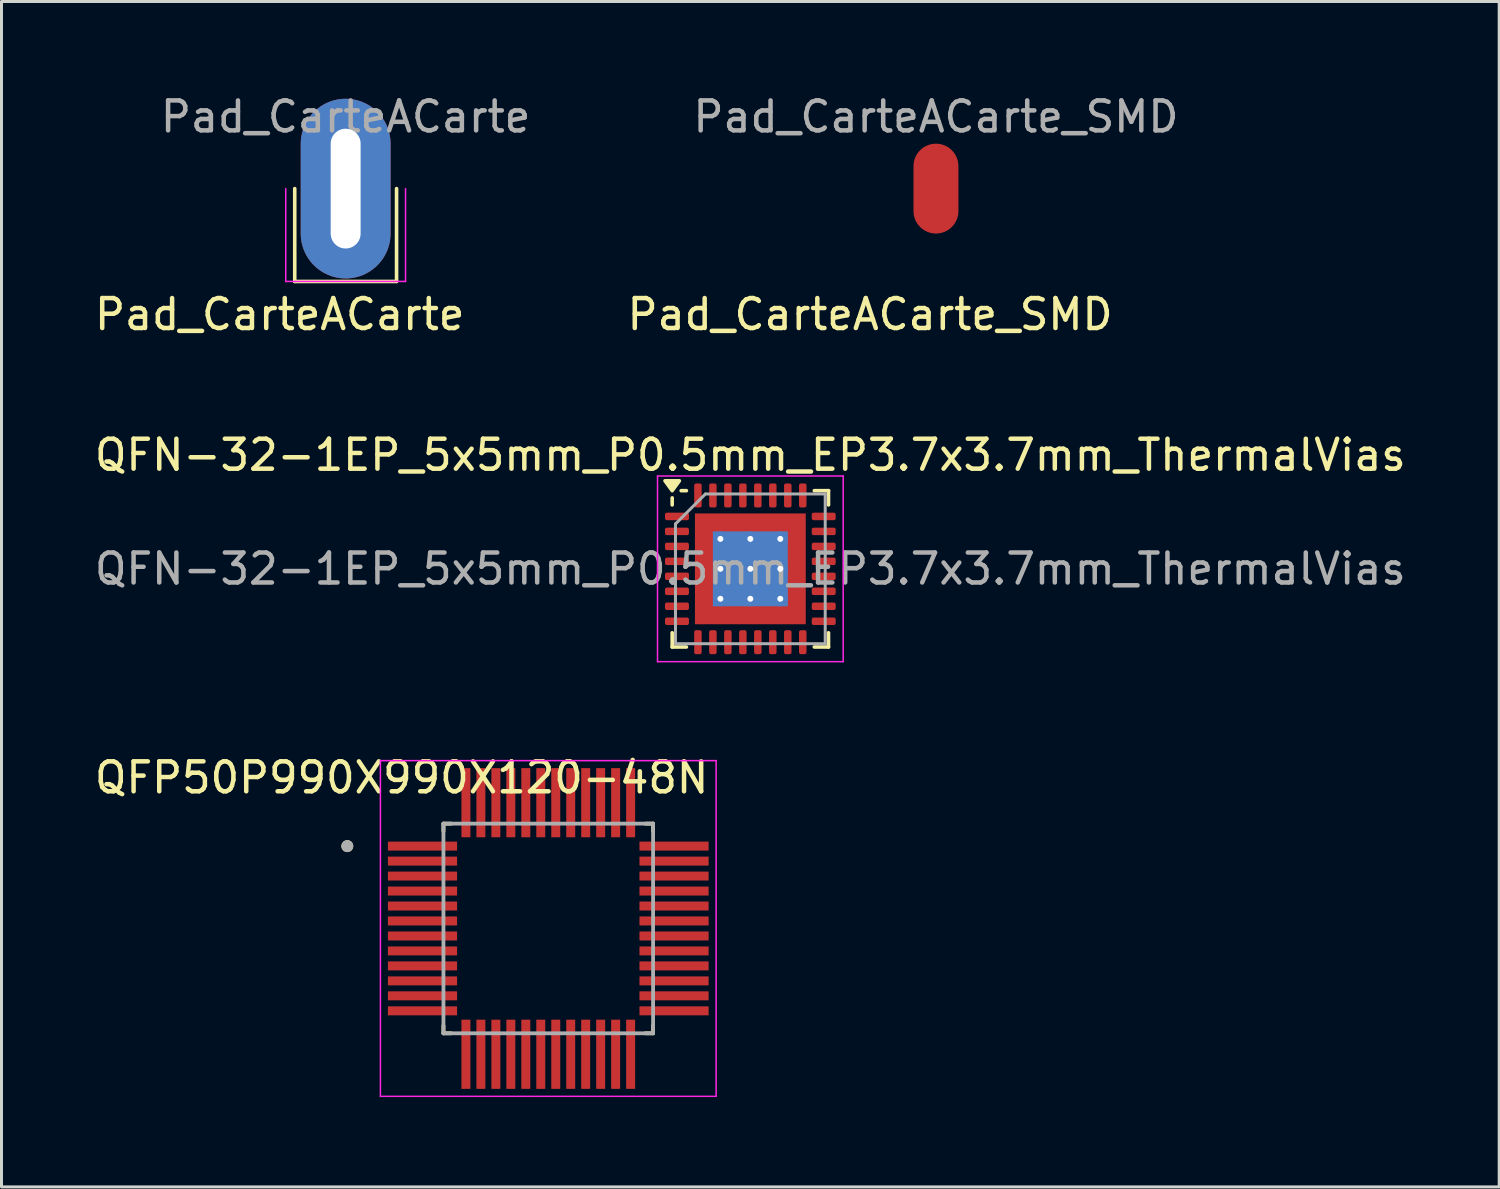
<source format=kicad_pcb>
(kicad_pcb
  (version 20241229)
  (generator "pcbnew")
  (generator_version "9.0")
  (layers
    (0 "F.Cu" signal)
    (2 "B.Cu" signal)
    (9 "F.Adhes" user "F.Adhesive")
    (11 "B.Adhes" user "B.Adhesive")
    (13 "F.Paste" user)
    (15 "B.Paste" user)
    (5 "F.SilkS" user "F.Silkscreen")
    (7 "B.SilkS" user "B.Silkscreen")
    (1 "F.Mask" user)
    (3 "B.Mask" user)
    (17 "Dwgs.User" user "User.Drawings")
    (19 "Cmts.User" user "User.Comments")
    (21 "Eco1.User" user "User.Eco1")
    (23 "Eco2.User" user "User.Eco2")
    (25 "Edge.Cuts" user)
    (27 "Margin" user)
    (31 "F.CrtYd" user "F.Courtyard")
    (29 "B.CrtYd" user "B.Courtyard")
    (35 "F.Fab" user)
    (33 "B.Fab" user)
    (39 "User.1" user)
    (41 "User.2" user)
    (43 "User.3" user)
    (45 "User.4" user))
  (footprint "Pad_CarteACarte_SMD"
    (layer "F.Cu")
    (at 28.204 3.248)
    (property "Reference" "Pad_CarteACarte_SMD" (at -2.2 4.2 0) (layer "F.SilkS") (effects (font (size 1 1) (thickness 0.15))))
    (attr exclude_from_pos_files exclude_from_bom)
    (fp_text user "${REFERENCE}" (at 0 -2.4 0) (layer "F.Fab") (effects (font (size 1 1) (thickness 0.15))))
    (pad "1" smd oval (at 0 0) (size 1.5 3) (layers "F.Cu" "F.Mask" "F.Paste")))
  (footprint "QFP50P990X990X120-48N"
    (layer "F.Cu")
    (at 15.258 27.954)
    (property "Reference" "QFP50P990X990X120-48N" (at -4.895 -5.036 0) (layer "F.SilkS") (effects (font (size 1 1) (thickness 0.15))))
    (attr smd)
    (fp_line (start -3.5 -3.245) (end -3.5 -3.5) (stroke (width 0.127) (type solid)) (layer "F.SilkS"))
    (fp_line (start -3.5 3.245) (end -3.5 3.5) (stroke (width 0.127) (type solid)) (layer "F.SilkS"))
    (fp_line (start -3.245 -3.5) (end -3.5 -3.5) (stroke (width 0.127) (type solid)) (layer "F.SilkS"))
    (fp_line (start -3.245 3.5) (end -3.5 3.5) (stroke (width 0.127) (type solid)) (layer "F.SilkS"))
    (fp_line (start 3.245 -3.5) (end 3.5 -3.5) (stroke (width 0.127) (type solid)) (layer "F.SilkS"))
    (fp_line (start 3.245 3.5) (end 3.5 3.5) (stroke (width 0.127) (type solid)) (layer "F.SilkS"))
    (fp_line (start 3.5 -3.245) (end 3.5 -3.5) (stroke (width 0.127) (type solid)) (layer "F.SilkS"))
    (fp_line (start 3.5 3.245) (end 3.5 3.5) (stroke (width 0.127) (type solid)) (layer "F.SilkS"))
    (fp_circle (center -6.71 -2.75) (end -6.61 -2.75) (stroke (width 0.2) (type solid)) (fill no) (layer "F.SilkS"))
    (fp_line (start -5.605 -5.605) (end -5.605 5.605) (stroke (width 0.05) (type solid)) (layer "F.CrtYd"))
    (fp_line (start 5.605 -5.605) (end -5.605 -5.605) (stroke (width 0.05) (type solid)) (layer "F.CrtYd"))
    (fp_line (start 5.605 -5.605) (end 5.605 5.605) (stroke (width 0.05) (type solid)) (layer "F.CrtYd"))
    (fp_line (start 5.605 5.605) (end -5.605 5.605) (stroke (width 0.05) (type solid)) (layer "F.CrtYd"))
    (fp_line (start -3.5 -3.5) (end -3.5 3.5) (stroke (width 0.127) (type solid)) (layer "F.Fab"))
    (fp_line (start -3.5 -3.5) (end 3.5 -3.5) (stroke (width 0.127) (type solid)) (layer "F.Fab"))
    (fp_line (start -3.5 3.5) (end 3.5 3.5) (stroke (width 0.127) (type solid)) (layer "F.Fab"))
    (fp_line (start 3.5 -3.5) (end 3.5 3.5) (stroke (width 0.127) (type solid)) (layer "F.Fab"))
    (fp_circle (center -6.71 -2.75) (end -6.61 -2.75) (stroke (width 0.2) (type solid)) (fill no) (layer "F.Fab"))
    (pad "1" smd roundrect (at -4.2 -2.75) (size 2.31 0.3) (layers "F.Cu" "F.Mask" "F.Paste") (roundrect_rratio 0.04))
    (pad "2" smd roundrect (at -4.2 -2.25) (size 2.31 0.3) (layers "F.Cu" "F.Mask" "F.Paste") (roundrect_rratio 0.04))
    (pad "3" smd roundrect (at -4.2 -1.75) (size 2.31 0.3) (layers "F.Cu" "F.Mask" "F.Paste") (roundrect_rratio 0.04))
    (pad "4" smd roundrect (at -4.2 -1.25) (size 2.31 0.3) (layers "F.Cu" "F.Mask" "F.Paste") (roundrect_rratio 0.04))
    (pad "5" smd roundrect (at -4.2 -0.75) (size 2.31 0.3) (layers "F.Cu" "F.Mask" "F.Paste") (roundrect_rratio 0.04))
    (pad "6" smd roundrect (at -4.2 -0.25) (size 2.31 0.3) (layers "F.Cu" "F.Mask" "F.Paste") (roundrect_rratio 0.04))
    (pad "7" smd roundrect (at -4.2 0.25) (size 2.31 0.3) (layers "F.Cu" "F.Mask" "F.Paste") (roundrect_rratio 0.04))
    (pad "8" smd roundrect (at -4.2 0.75) (size 2.31 0.3) (layers "F.Cu" "F.Mask" "F.Paste") (roundrect_rratio 0.04))
    (pad "9" smd roundrect (at -4.2 1.25) (size 2.31 0.3) (layers "F.Cu" "F.Mask" "F.Paste") (roundrect_rratio 0.04))
    (pad "10" smd roundrect (at -4.2 1.75) (size 2.31 0.3) (layers "F.Cu" "F.Mask" "F.Paste") (roundrect_rratio 0.04))
    (pad "11" smd roundrect (at -4.2 2.25) (size 2.31 0.3) (layers "F.Cu" "F.Mask" "F.Paste") (roundrect_rratio 0.04))
    (pad "12" smd roundrect (at -4.2 2.75) (size 2.31 0.3) (layers "F.Cu" "F.Mask" "F.Paste") (roundrect_rratio 0.04))
    (pad "13" smd roundrect (at -2.75 4.2 90) (size 2.31 0.3) (layers "F.Cu" "F.Mask" "F.Paste") (roundrect_rratio 0.04))
    (pad "14" smd roundrect (at -2.25 4.2 90) (size 2.31 0.3) (layers "F.Cu" "F.Mask" "F.Paste") (roundrect_rratio 0.04))
    (pad "15" smd roundrect (at -1.75 4.2 90) (size 2.31 0.3) (layers "F.Cu" "F.Mask" "F.Paste") (roundrect_rratio 0.04))
    (pad "16" smd roundrect (at -1.25 4.2 90) (size 2.31 0.3) (layers "F.Cu" "F.Mask" "F.Paste") (roundrect_rratio 0.04))
    (pad "17" smd roundrect (at -0.75 4.2 90) (size 2.31 0.3) (layers "F.Cu" "F.Mask" "F.Paste") (roundrect_rratio 0.04))
    (pad "18" smd roundrect (at -0.25 4.2 90) (size 2.31 0.3) (layers "F.Cu" "F.Mask" "F.Paste") (roundrect_rratio 0.04))
    (pad "19" smd roundrect (at 0.25 4.2 90) (size 2.31 0.3) (layers "F.Cu" "F.Mask" "F.Paste") (roundrect_rratio 0.04))
    (pad "20" smd roundrect (at 0.75 4.2 90) (size 2.31 0.3) (layers "F.Cu" "F.Mask" "F.Paste") (roundrect_rratio 0.04))
    (pad "21" smd roundrect (at 1.25 4.2 90) (size 2.31 0.3) (layers "F.Cu" "F.Mask" "F.Paste") (roundrect_rratio 0.04))
    (pad "22" smd roundrect (at 1.75 4.2 90) (size 2.31 0.3) (layers "F.Cu" "F.Mask" "F.Paste") (roundrect_rratio 0.04))
    (pad "23" smd roundrect (at 2.25 4.2 90) (size 2.31 0.3) (layers "F.Cu" "F.Mask" "F.Paste") (roundrect_rratio 0.04))
    (pad "24" smd roundrect (at 2.75 4.2 90) (size 2.31 0.3) (layers "F.Cu" "F.Mask" "F.Paste") (roundrect_rratio 0.04))
    (pad "25" smd roundrect (at 4.2 2.75) (size 2.31 0.3) (layers "F.Cu" "F.Mask" "F.Paste") (roundrect_rratio 0.04))
    (pad "26" smd roundrect (at 4.2 2.25) (size 2.31 0.3) (layers "F.Cu" "F.Mask" "F.Paste") (roundrect_rratio 0.04))
    (pad "27" smd roundrect (at 4.2 1.75) (size 2.31 0.3) (layers "F.Cu" "F.Mask" "F.Paste") (roundrect_rratio 0.04))
    (pad "28" smd roundrect (at 4.2 1.25) (size 2.31 0.3) (layers "F.Cu" "F.Mask" "F.Paste") (roundrect_rratio 0.04))
    (pad "29" smd roundrect (at 4.2 0.75) (size 2.31 0.3) (layers "F.Cu" "F.Mask" "F.Paste") (roundrect_rratio 0.04))
    (pad "30" smd roundrect (at 4.2 0.25) (size 2.31 0.3) (layers "F.Cu" "F.Mask" "F.Paste") (roundrect_rratio 0.04))
    (pad "31" smd roundrect (at 4.2 -0.25) (size 2.31 0.3) (layers "F.Cu" "F.Mask" "F.Paste") (roundrect_rratio 0.04))
    (pad "32" smd roundrect (at 4.2 -0.75) (size 2.31 0.3) (layers "F.Cu" "F.Mask" "F.Paste") (roundrect_rratio 0.04))
    (pad "33" smd roundrect (at 4.2 -1.25) (size 2.31 0.3) (layers "F.Cu" "F.Mask" "F.Paste") (roundrect_rratio 0.04))
    (pad "34" smd roundrect (at 4.2 -1.75) (size 2.31 0.3) (layers "F.Cu" "F.Mask" "F.Paste") (roundrect_rratio 0.04))
    (pad "35" smd roundrect (at 4.2 -2.25) (size 2.31 0.3) (layers "F.Cu" "F.Mask" "F.Paste") (roundrect_rratio 0.04))
    (pad "36" smd roundrect (at 4.2 -2.75) (size 2.31 0.3) (layers "F.Cu" "F.Mask" "F.Paste") (roundrect_rratio 0.04))
    (pad "37" smd roundrect (at 2.75 -4.2 90) (size 2.31 0.3) (layers "F.Cu" "F.Mask" "F.Paste") (roundrect_rratio 0.04))
    (pad "38" smd roundrect (at 2.25 -4.2 90) (size 2.31 0.3) (layers "F.Cu" "F.Mask" "F.Paste") (roundrect_rratio 0.04))
    (pad "39" smd roundrect (at 1.75 -4.2 90) (size 2.31 0.3) (layers "F.Cu" "F.Mask" "F.Paste") (roundrect_rratio 0.04))
    (pad "40" smd roundrect (at 1.25 -4.2 90) (size 2.31 0.3) (layers "F.Cu" "F.Mask" "F.Paste") (roundrect_rratio 0.04))
    (pad "41" smd roundrect (at 0.75 -4.2 90) (size 2.31 0.3) (layers "F.Cu" "F.Mask" "F.Paste") (roundrect_rratio 0.04))
    (pad "42" smd roundrect (at 0.25 -4.2 90) (size 2.31 0.3) (layers "F.Cu" "F.Mask" "F.Paste") (roundrect_rratio 0.04))
    (pad "43" smd roundrect (at -0.25 -4.2 90) (size 2.31 0.3) (layers "F.Cu" "F.Mask" "F.Paste") (roundrect_rratio 0.04))
    (pad "44" smd roundrect (at -0.75 -4.2 90) (size 2.31 0.3) (layers "F.Cu" "F.Mask" "F.Paste") (roundrect_rratio 0.04))
    (pad "45" smd roundrect (at -1.25 -4.2 90) (size 2.31 0.3) (layers "F.Cu" "F.Mask" "F.Paste") (roundrect_rratio 0.04))
    (pad "46" smd roundrect (at -1.75 -4.2 90) (size 2.31 0.3) (layers "F.Cu" "F.Mask" "F.Paste") (roundrect_rratio 0.04))
    (pad "47" smd roundrect (at -2.25 -4.2 90) (size 2.31 0.3) (layers "F.Cu" "F.Mask" "F.Paste") (roundrect_rratio 0.04))
    (pad "48" smd roundrect (at -2.75 -4.2 90) (size 2.31 0.3) (layers "F.Cu" "F.Mask" "F.Paste") (roundrect_rratio 0.04)))
  (footprint "Pad_CarteACarte"
    (layer "F.Cu")
    (at 8.492 3.248)
    (property "Reference" "Pad_CarteACarte" (at -2.2 4.2 0) (layer "F.SilkS") (effects (font (size 1 1) (thickness 0.15))))
    (attr exclude_from_pos_files exclude_from_bom)
    (fp_line (start -1.7 3.1) (end -1.7 0) (stroke (width 0.12) (type solid)) (layer "F.SilkS"))
    (fp_line (start 1.7 0) (end 1.7 3.1) (stroke (width 0.12) (type solid)) (layer "F.SilkS"))
    (fp_line (start 1.7 3.1) (end -1.7 3.1) (stroke (width 0.12) (type solid)) (layer "F.SilkS"))
    (fp_line (start -2 0) (end -2 3.1) (stroke (width 0.05) (type solid)) (layer "F.CrtYd"))
    (fp_line (start 2 3.1) (end -2 3.1) (stroke (width 0.05) (type solid)) (layer "F.CrtYd"))
    (fp_line (start 2 3.1) (end 2 0) (stroke (width 0.05) (type solid)) (layer "F.CrtYd"))
    (fp_text user "${REFERENCE}" (at 0 -2.4 0) (layer "F.Fab") (effects (font (size 1 1) (thickness 0.15))))
    (pad "1" thru_hole oval (at 0 0) (size 3 6) (drill oval 1 4) (layers "*.Cu" "*.Mask")))
  (footprint "QFN-32-1EP_5x5mm_P0.5mm_EP3.7x3.7mm_ThermalVias"
    (layer "F.Cu")
    (at 22.006 15.945)
    (property "Reference" "QFN-32-1EP_5x5mm_P0.5mm_EP3.7x3.7mm_ThermalVias" (at 0 -3.8 0) (layer "F.SilkS") (effects (font (size 1 1) (thickness 0.15))))
    (attr smd)
    (fp_line (start -2.61 -2.135) (end -2.61 -2.37) (stroke (width 0.12) (type solid)) (layer "F.SilkS"))
    (fp_line (start -2.61 2.61) (end -2.61 2.135) (stroke (width 0.12) (type solid)) (layer "F.SilkS"))
    (fp_line (start -2.135 -2.61) (end -2.31 -2.61) (stroke (width 0.12) (type solid)) (layer "F.SilkS"))
    (fp_line (start -2.135 2.61) (end -2.61 2.61) (stroke (width 0.12) (type solid)) (layer "F.SilkS"))
    (fp_line (start 2.135 -2.61) (end 2.61 -2.61) (stroke (width 0.12) (type solid)) (layer "F.SilkS"))
    (fp_line (start 2.135 2.61) (end 2.61 2.61) (stroke (width 0.12) (type solid)) (layer "F.SilkS"))
    (fp_line (start 2.61 -2.61) (end 2.61 -2.135) (stroke (width 0.12) (type solid)) (layer "F.SilkS"))
    (fp_line (start 2.61 2.61) (end 2.61 2.135) (stroke (width 0.12) (type solid)) (layer "F.SilkS"))
    (fp_poly (pts (xy -2.61 -2.61) (xy -2.85 -2.94) (xy -2.37 -2.94) (xy -2.61 -2.61)) (stroke (width 0.12) (type solid)) (fill yes) (layer "F.SilkS"))
    (fp_line (start -3.1 -3.1) (end -3.1 3.1) (stroke (width 0.05) (type solid)) (layer "F.CrtYd"))
    (fp_line (start -3.1 3.1) (end 3.1 3.1) (stroke (width 0.05) (type solid)) (layer "F.CrtYd"))
    (fp_line (start 3.1 -3.1) (end -3.1 -3.1) (stroke (width 0.05) (type solid)) (layer "F.CrtYd"))
    (fp_line (start 3.1 3.1) (end 3.1 -3.1) (stroke (width 0.05) (type solid)) (layer "F.CrtYd"))
    (fp_line (start -2.5 -1.5) (end -1.5 -2.5) (stroke (width 0.1) (type solid)) (layer "F.Fab"))
    (fp_line (start -2.5 2.5) (end -2.5 -1.5) (stroke (width 0.1) (type solid)) (layer "F.Fab"))
    (fp_line (start -1.5 -2.5) (end 2.5 -2.5) (stroke (width 0.1) (type solid)) (layer "F.Fab"))
    (fp_line (start 2.5 -2.5) (end 2.5 2.5) (stroke (width 0.1) (type solid)) (layer "F.Fab"))
    (fp_line (start 2.5 2.5) (end -2.5 2.5) (stroke (width 0.1) (type solid)) (layer "F.Fab"))
    (fp_text user "${REFERENCE}" (at 0 0 0) (layer "F.Fab") (effects (font (size 1 1) (thickness 0.15))))
    (pad "" smd custom (at -1.425 -1.425) (size 0.602 0.602) (layers "F.Paste") (options (anchor circle)) (primitives (gr_poly (pts (xy -0.259 -0.259) (xy 0.259 -0.259) (xy 0.259 0.19) (xy 0.19 0.259) (xy -0.259 0.259)) (width 0.167) (fill yes))))
    (pad "" smd custom (at -1.425 -0.5) (size 0.612 0.612) (layers "F.Paste") (options (anchor circle)) (primitives (gr_poly (pts (xy -0.269 -0.33) (xy 0.209 -0.33) (xy 0.269 -0.269) (xy 0.269 0.269) (xy 0.209 0.33) (xy -0.269 0.33)) (width 0.147) (fill yes))))
    (pad "" smd custom (at -1.425 0.5) (size 0.612 0.612) (layers "F.Paste") (options (anchor circle)) (primitives (gr_poly (pts (xy -0.269 -0.33) (xy 0.209 -0.33) (xy 0.269 -0.269) (xy 0.269 0.269) (xy 0.209 0.33) (xy -0.269 0.33)) (width 0.147) (fill yes))))
    (pad "" smd custom (at -1.425 1.425) (size 0.602 0.602) (layers "F.Paste") (options (anchor circle)) (primitives (gr_poly (pts (xy -0.259 -0.259) (xy 0.19 -0.259) (xy 0.259 -0.19) (xy 0.259 0.259) (xy -0.259 0.259)) (width 0.167) (fill yes))))
    (pad "" smd custom (at -0.5 -1.425) (size 0.612 0.612) (layers "F.Paste") (options (anchor circle)) (primitives (gr_poly (pts (xy -0.33 -0.269) (xy 0.33 -0.269) (xy 0.33 0.209) (xy 0.269 0.269) (xy -0.269 0.269) (xy -0.33 0.209)) (width 0.147) (fill yes))))
    (pad "" smd roundrect (at -0.5 -0.5) (size 0.806 0.806) (layers "F.Paste") (roundrect_rratio 0.25))
    (pad "" smd roundrect (at -0.5 0.5) (size 0.806 0.806) (layers "F.Paste") (roundrect_rratio 0.25))
    (pad "" smd custom (at -0.5 1.425) (size 0.612 0.612) (layers "F.Paste") (options (anchor circle)) (primitives (gr_poly (pts (xy -0.33 -0.209) (xy -0.269 -0.269) (xy 0.269 -0.269) (xy 0.33 -0.209) (xy 0.33 0.269) (xy -0.33 0.269)) (width 0.147) (fill yes))))
    (pad "" smd custom (at 0.5 -1.425) (size 0.612 0.612) (layers "F.Paste") (options (anchor circle)) (primitives (gr_poly (pts (xy -0.33 -0.269) (xy 0.33 -0.269) (xy 0.33 0.209) (xy 0.269 0.269) (xy -0.269 0.269) (xy -0.33 0.209)) (width 0.147) (fill yes))))
    (pad "" smd roundrect (at 0.5 -0.5) (size 0.806 0.806) (layers "F.Paste") (roundrect_rratio 0.25))
    (pad "" smd roundrect (at 0.5 0.5) (size 0.806 0.806) (layers "F.Paste") (roundrect_rratio 0.25))
    (pad "" smd custom (at 0.5 1.425) (size 0.612 0.612) (layers "F.Paste") (options (anchor circle)) (primitives (gr_poly (pts (xy -0.33 -0.209) (xy -0.269 -0.269) (xy 0.269 -0.269) (xy 0.33 -0.209) (xy 0.33 0.269) (xy -0.33 0.269)) (width 0.147) (fill yes))))
    (pad "" smd custom (at 1.425 -1.425) (size 0.602 0.602) (layers "F.Paste") (options (anchor circle)) (primitives (gr_poly (pts (xy -0.259 -0.259) (xy 0.259 -0.259) (xy 0.259 0.259) (xy -0.19 0.259) (xy -0.259 0.19)) (width 0.167) (fill yes))))
    (pad "" smd custom (at 1.425 -0.5) (size 0.612 0.612) (layers "F.Paste") (options (anchor circle)) (primitives (gr_poly (pts (xy -0.269 -0.269) (xy -0.209 -0.33) (xy 0.269 -0.33) (xy 0.269 0.33) (xy -0.209 0.33) (xy -0.269 0.269)) (width 0.147) (fill yes))))
    (pad "" smd custom (at 1.425 0.5) (size 0.612 0.612) (layers "F.Paste") (options (anchor circle)) (primitives (gr_poly (pts (xy -0.269 -0.269) (xy -0.209 -0.33) (xy 0.269 -0.33) (xy 0.269 0.33) (xy -0.209 0.33) (xy -0.269 0.269)) (width 0.147) (fill yes))))
    (pad "" smd custom (at 1.425 1.425) (size 0.602 0.602) (layers "F.Paste") (options (anchor circle)) (primitives (gr_poly (pts (xy -0.259 -0.19) (xy -0.19 -0.259) (xy 0.259 -0.259) (xy 0.259 0.259) (xy -0.259 0.259)) (width 0.167) (fill yes))))
    (pad "1" smd roundrect (at -2.45 -1.75) (size 0.8 0.25) (layers "F.Cu" "F.Mask" "F.Paste") (roundrect_rratio 0.25))
    (pad "2" smd roundrect (at -2.45 -1.25) (size 0.8 0.25) (layers "F.Cu" "F.Mask" "F.Paste") (roundrect_rratio 0.25))
    (pad "3" smd roundrect (at -2.45 -0.75) (size 0.8 0.25) (layers "F.Cu" "F.Mask" "F.Paste") (roundrect_rratio 0.25))
    (pad "4" smd roundrect (at -2.45 -0.25) (size 0.8 0.25) (layers "F.Cu" "F.Mask" "F.Paste") (roundrect_rratio 0.25))
    (pad "5" smd roundrect (at -2.45 0.25) (size 0.8 0.25) (layers "F.Cu" "F.Mask" "F.Paste") (roundrect_rratio 0.25))
    (pad "6" smd roundrect (at -2.45 0.75) (size 0.8 0.25) (layers "F.Cu" "F.Mask" "F.Paste") (roundrect_rratio 0.25))
    (pad "7" smd roundrect (at -2.45 1.25) (size 0.8 0.25) (layers "F.Cu" "F.Mask" "F.Paste") (roundrect_rratio 0.25))
    (pad "8" smd roundrect (at -2.45 1.75) (size 0.8 0.25) (layers "F.Cu" "F.Mask" "F.Paste") (roundrect_rratio 0.25))
    (pad "9" smd roundrect (at -1.75 2.45) (size 0.25 0.8) (layers "F.Cu" "F.Mask" "F.Paste") (roundrect_rratio 0.25))
    (pad "10" smd roundrect (at -1.25 2.45) (size 0.25 0.8) (layers "F.Cu" "F.Mask" "F.Paste") (roundrect_rratio 0.25))
    (pad "11" smd roundrect (at -0.75 2.45) (size 0.25 0.8) (layers "F.Cu" "F.Mask" "F.Paste") (roundrect_rratio 0.25))
    (pad "12" smd roundrect (at -0.25 2.45) (size 0.25 0.8) (layers "F.Cu" "F.Mask" "F.Paste") (roundrect_rratio 0.25))
    (pad "13" smd roundrect (at 0.25 2.45) (size 0.25 0.8) (layers "F.Cu" "F.Mask" "F.Paste") (roundrect_rratio 0.25))
    (pad "14" smd roundrect (at 0.75 2.45) (size 0.25 0.8) (layers "F.Cu" "F.Mask" "F.Paste") (roundrect_rratio 0.25))
    (pad "15" smd roundrect (at 1.25 2.45) (size 0.25 0.8) (layers "F.Cu" "F.Mask" "F.Paste") (roundrect_rratio 0.25))
    (pad "16" smd roundrect (at 1.75 2.45) (size 0.25 0.8) (layers "F.Cu" "F.Mask" "F.Paste") (roundrect_rratio 0.25))
    (pad "17" smd roundrect (at 2.45 1.75) (size 0.8 0.25) (layers "F.Cu" "F.Mask" "F.Paste") (roundrect_rratio 0.25))
    (pad "18" smd roundrect (at 2.45 1.25) (size 0.8 0.25) (layers "F.Cu" "F.Mask" "F.Paste") (roundrect_rratio 0.25))
    (pad "19" smd roundrect (at 2.45 0.75) (size 0.8 0.25) (layers "F.Cu" "F.Mask" "F.Paste") (roundrect_rratio 0.25))
    (pad "20" smd roundrect (at 2.45 0.25) (size 0.8 0.25) (layers "F.Cu" "F.Mask" "F.Paste") (roundrect_rratio 0.25))
    (pad "21" smd roundrect (at 2.45 -0.25) (size 0.8 0.25) (layers "F.Cu" "F.Mask" "F.Paste") (roundrect_rratio 0.25))
    (pad "22" smd roundrect (at 2.45 -0.75) (size 0.8 0.25) (layers "F.Cu" "F.Mask" "F.Paste") (roundrect_rratio 0.25))
    (pad "23" smd roundrect (at 2.45 -1.25) (size 0.8 0.25) (layers "F.Cu" "F.Mask" "F.Paste") (roundrect_rratio 0.25))
    (pad "24" smd roundrect (at 2.45 -1.75) (size 0.8 0.25) (layers "F.Cu" "F.Mask" "F.Paste") (roundrect_rratio 0.25))
    (pad "25" smd roundrect (at 1.75 -2.45) (size 0.25 0.8) (layers "F.Cu" "F.Mask" "F.Paste") (roundrect_rratio 0.25))
    (pad "26" smd roundrect (at 1.25 -2.45) (size 0.25 0.8) (layers "F.Cu" "F.Mask" "F.Paste") (roundrect_rratio 0.25))
    (pad "27" smd roundrect (at 0.75 -2.45) (size 0.25 0.8) (layers "F.Cu" "F.Mask" "F.Paste") (roundrect_rratio 0.25))
    (pad "28" smd roundrect (at 0.25 -2.45) (size 0.25 0.8) (layers "F.Cu" "F.Mask" "F.Paste") (roundrect_rratio 0.25))
    (pad "29" smd roundrect (at -0.25 -2.45) (size 0.25 0.8) (layers "F.Cu" "F.Mask" "F.Paste") (roundrect_rratio 0.25))
    (pad "30" smd roundrect (at -0.75 -2.45) (size 0.25 0.8) (layers "F.Cu" "F.Mask" "F.Paste") (roundrect_rratio 0.25))
    (pad "31" smd roundrect (at -1.25 -2.45) (size 0.25 0.8) (layers "F.Cu" "F.Mask" "F.Paste") (roundrect_rratio 0.25))
    (pad "32" smd roundrect (at -1.75 -2.45) (size 0.25 0.8) (layers "F.Cu" "F.Mask" "F.Paste") (roundrect_rratio 0.25))
    (pad "33" thru_hole circle (at -1 -1) (size 0.5 0.5) (drill 0.2) (property pad_prop_heatsink) (layers "*.Cu"))
    (pad "33" thru_hole circle (at -1 0) (size 0.5 0.5) (drill 0.2) (property pad_prop_heatsink) (layers "*.Cu"))
    (pad "33" thru_hole circle (at -1 1) (size 0.5 0.5) (drill 0.2) (property pad_prop_heatsink) (layers "*.Cu"))
    (pad "33" thru_hole circle (at 0 -1) (size 0.5 0.5) (drill 0.2) (property pad_prop_heatsink) (layers "*.Cu"))
    (pad "33" thru_hole circle (at 0 0) (size 0.5 0.5) (drill 0.2) (property pad_prop_heatsink) (layers "*.Cu"))
    (pad "33" smd rect (at 0 0) (size 2.5 2.5) (property pad_prop_heatsink) (layers "B.Cu"))
    (pad "33" smd rect (at 0 0) (size 3.7 3.7) (property pad_prop_heatsink) (layers "F.Cu" "F.Mask"))
    (pad "33" thru_hole circle (at 0 1) (size 0.5 0.5) (drill 0.2) (property pad_prop_heatsink) (layers "*.Cu"))
    (pad "33" thru_hole circle (at 1 -1) (size 0.5 0.5) (drill 0.2) (property pad_prop_heatsink) (layers "*.Cu"))
    (pad "33" thru_hole circle (at 1 0) (size 0.5 0.5) (drill 0.2) (property pad_prop_heatsink) (layers "*.Cu"))
    (pad "33" thru_hole circle (at 1 1) (size 0.5 0.5) (drill 0.2) (property pad_prop_heatsink) (layers "*.Cu")))
  (gr_rect
    (start -3 -3)
    (end 47.012 36.584)
    (stroke (width 0.1) (type default))
    (fill no)
    (layer "Edge.Cuts")))
</source>
